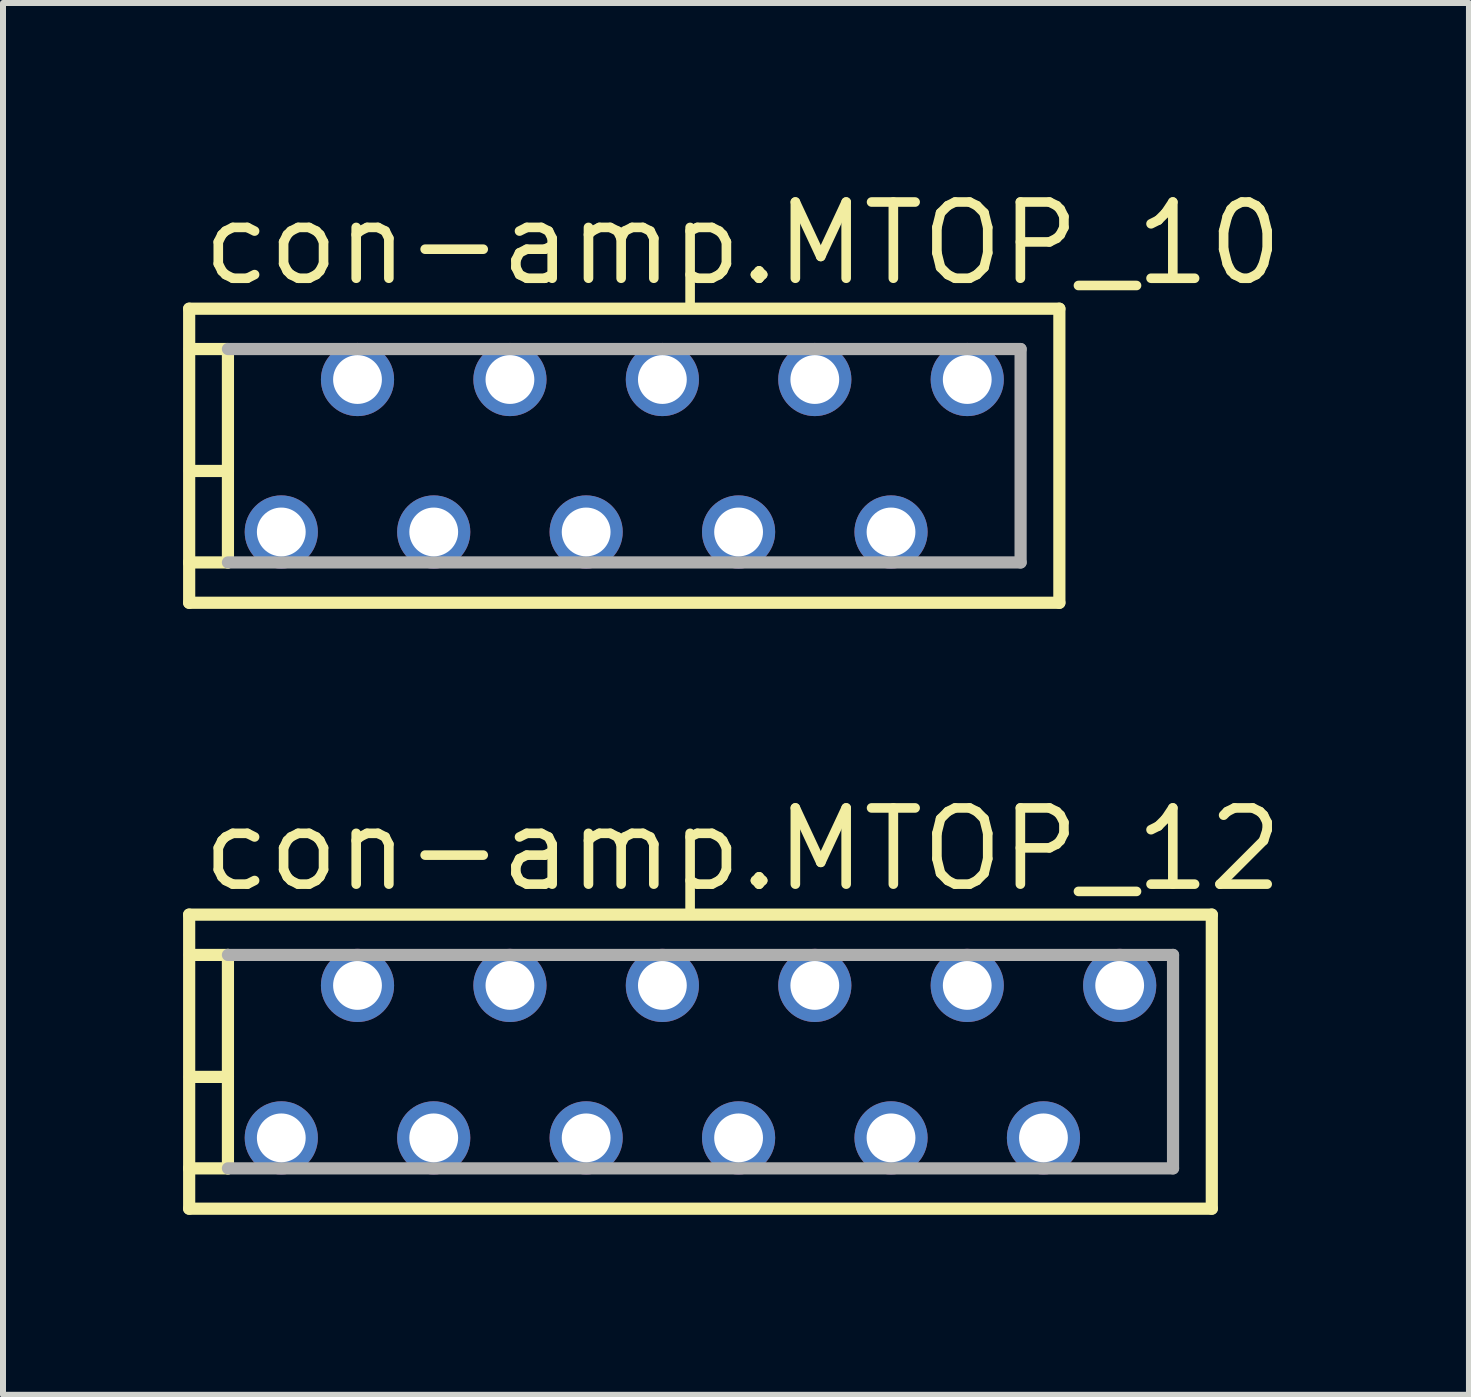
<source format=kicad_pcb>
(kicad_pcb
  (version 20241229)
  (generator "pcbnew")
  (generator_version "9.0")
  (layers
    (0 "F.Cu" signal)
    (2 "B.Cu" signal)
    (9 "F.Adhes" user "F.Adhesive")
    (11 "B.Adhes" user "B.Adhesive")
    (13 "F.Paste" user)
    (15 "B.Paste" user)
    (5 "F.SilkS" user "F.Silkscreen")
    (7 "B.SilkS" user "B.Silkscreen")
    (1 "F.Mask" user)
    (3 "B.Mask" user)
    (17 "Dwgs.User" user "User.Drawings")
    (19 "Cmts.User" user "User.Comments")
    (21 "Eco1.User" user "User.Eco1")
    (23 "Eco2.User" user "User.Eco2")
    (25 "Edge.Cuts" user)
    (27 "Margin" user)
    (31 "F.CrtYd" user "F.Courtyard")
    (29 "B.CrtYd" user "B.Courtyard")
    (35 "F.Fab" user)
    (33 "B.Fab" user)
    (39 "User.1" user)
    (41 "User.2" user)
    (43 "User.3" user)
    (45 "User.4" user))
  (footprint "con-amp.MTOP_12"
    (layer "F.Cu")
    (at 8.622 14.64)
    (property "Reference" "con-amp.MTOP_12" (at -8.382 -2.794 0) (layer "F.SilkS") (effects (font (size 1.27 1.27) (thickness 0.16)) (justify left bottom)))
    (attr through_hole)
    (fp_line (start -8.52 -2.45) (end -8.52 1.778) (stroke (width 0.203) (type default)) (layer "F.SilkS"))
    (fp_line (start -8.52 1.778) (end -8.52 2.45) (stroke (width 0.203) (type default)) (layer "F.SilkS"))
    (fp_line (start -8.52 2.45) (end 8.52 2.45) (stroke (width 0.203) (type default)) (layer "F.SilkS"))
    (fp_line (start -8.509 -1.778) (end -7.874 -1.778) (stroke (width 0.203) (type default)) (layer "F.SilkS"))
    (fp_line (start -8.509 0.254) (end -7.874 0.254) (stroke (width 0.203) (type default)) (layer "F.SilkS"))
    (fp_line (start -7.874 -1.778) (end -7.874 0.254) (stroke (width 0.203) (type default)) (layer "F.SilkS"))
    (fp_line (start -7.874 0.254) (end -7.874 1.778) (stroke (width 0.203) (type default)) (layer "F.SilkS"))
    (fp_line (start -7.874 1.778) (end -8.52 1.778) (stroke (width 0.203) (type default)) (layer "F.SilkS"))
    (fp_line (start 8.52 -2.45) (end -8.52 -2.45) (stroke (width 0.203) (type default)) (layer "F.SilkS"))
    (fp_line (start 8.52 2.45) (end 8.52 -2.45) (stroke (width 0.203) (type default)) (layer "F.SilkS"))
    (fp_line (start -7.874 -1.778) (end 7.874 -1.778) (stroke (width 0.203) (type default)) (layer "F.Fab"))
    (fp_line (start 7.874 -1.778) (end 7.874 1.778) (stroke (width 0.203) (type default)) (layer "F.Fab"))
    (fp_line (start 7.874 1.778) (end -7.874 1.778) (stroke (width 0.203) (type default)) (layer "F.Fab"))
    (pad "1" thru_hole circle (at 6.985 -1.27) (size 1.219 1.219) (drill 0.813) (layers "*.Cu" "*.Mask"))
    (pad "2" thru_hole circle (at 5.715 1.27) (size 1.219 1.219) (drill 0.813) (layers "*.Cu" "*.Mask"))
    (pad "3" thru_hole circle (at 4.445 -1.27) (size 1.219 1.219) (drill 0.813) (layers "*.Cu" "*.Mask"))
    (pad "4" thru_hole circle (at 3.175 1.27) (size 1.219 1.219) (drill 0.813) (layers "*.Cu" "*.Mask"))
    (pad "5" thru_hole circle (at 1.905 -1.27) (size 1.219 1.219) (drill 0.813) (layers "*.Cu" "*.Mask"))
    (pad "6" thru_hole circle (at 0.635 1.27) (size 1.219 1.219) (drill 0.813) (layers "*.Cu" "*.Mask"))
    (pad "7" thru_hole circle (at -0.635 -1.27) (size 1.219 1.219) (drill 0.813) (layers "*.Cu" "*.Mask"))
    (pad "8" thru_hole circle (at -1.905 1.27) (size 1.219 1.219) (drill 0.813) (layers "*.Cu" "*.Mask"))
    (pad "9" thru_hole circle (at -3.175 -1.27) (size 1.219 1.219) (drill 0.813) (layers "*.Cu" "*.Mask"))
    (pad "10" thru_hole circle (at -4.445 1.27) (size 1.219 1.219) (drill 0.813) (layers "*.Cu" "*.Mask"))
    (pad "11" thru_hole circle (at -5.715 -1.27) (size 1.219 1.219) (drill 0.813) (layers "*.Cu" "*.Mask"))
    (pad "12" thru_hole circle (at -6.985 1.27) (size 1.219 1.219) (drill 0.813) (layers "*.Cu" "*.Mask")))
  (footprint "con-amp.MTOP_10"
    (layer "F.Cu")
    (at 7.352 4.544)
    (property "Reference" "con-amp.MTOP_10" (at -7.112 -2.794 0) (layer "F.SilkS") (effects (font (size 1.27 1.27) (thickness 0.16)) (justify left bottom)))
    (attr through_hole)
    (fp_line (start -7.25 -2.45) (end -7.25 1.778) (stroke (width 0.203) (type default)) (layer "F.SilkS"))
    (fp_line (start -7.25 1.778) (end -7.25 2.45) (stroke (width 0.203) (type default)) (layer "F.SilkS"))
    (fp_line (start -7.25 2.45) (end 7.25 2.45) (stroke (width 0.203) (type default)) (layer "F.SilkS"))
    (fp_line (start -7.239 -1.778) (end -6.604 -1.778) (stroke (width 0.203) (type default)) (layer "F.SilkS"))
    (fp_line (start -7.239 0.254) (end -6.604 0.254) (stroke (width 0.203) (type default)) (layer "F.SilkS"))
    (fp_line (start -6.604 -1.778) (end -6.604 0.254) (stroke (width 0.203) (type default)) (layer "F.SilkS"))
    (fp_line (start -6.604 0.254) (end -6.604 1.778) (stroke (width 0.203) (type default)) (layer "F.SilkS"))
    (fp_line (start -6.604 1.778) (end -7.25 1.778) (stroke (width 0.203) (type default)) (layer "F.SilkS"))
    (fp_line (start 7.25 -2.45) (end -7.25 -2.45) (stroke (width 0.203) (type default)) (layer "F.SilkS"))
    (fp_line (start 7.25 2.45) (end 7.25 -2.45) (stroke (width 0.203) (type default)) (layer "F.SilkS"))
    (fp_line (start -6.604 -1.778) (end 6.604 -1.778) (stroke (width 0.203) (type default)) (layer "F.Fab"))
    (fp_line (start 6.604 -1.778) (end 6.604 1.778) (stroke (width 0.203) (type default)) (layer "F.Fab"))
    (fp_line (start 6.604 1.778) (end -6.604 1.778) (stroke (width 0.203) (type default)) (layer "F.Fab"))
    (pad "1" thru_hole circle (at 5.715 -1.27) (size 1.219 1.219) (drill 0.813) (layers "*.Cu" "*.Mask"))
    (pad "2" thru_hole circle (at 4.445 1.27) (size 1.219 1.219) (drill 0.813) (layers "*.Cu" "*.Mask"))
    (pad "3" thru_hole circle (at 3.175 -1.27) (size 1.219 1.219) (drill 0.813) (layers "*.Cu" "*.Mask"))
    (pad "4" thru_hole circle (at 1.905 1.27) (size 1.219 1.219) (drill 0.813) (layers "*.Cu" "*.Mask"))
    (pad "5" thru_hole circle (at 0.635 -1.27) (size 1.219 1.219) (drill 0.813) (layers "*.Cu" "*.Mask"))
    (pad "6" thru_hole circle (at -0.635 1.27) (size 1.219 1.219) (drill 0.813) (layers "*.Cu" "*.Mask"))
    (pad "7" thru_hole circle (at -1.905 -1.27) (size 1.219 1.219) (drill 0.813) (layers "*.Cu" "*.Mask"))
    (pad "8" thru_hole circle (at -3.175 1.27) (size 1.219 1.219) (drill 0.813) (layers "*.Cu" "*.Mask"))
    (pad "9" thru_hole circle (at -4.445 -1.27) (size 1.219 1.219) (drill 0.813) (layers "*.Cu" "*.Mask"))
    (pad "10" thru_hole circle (at -5.715 1.27) (size 1.219 1.219) (drill 0.813) (layers "*.Cu" "*.Mask")))
  (gr_rect
    (start -3 -3)
    (end 21.427 20.191)
    (stroke (width 0.1) (type default))
    (fill no)
    (layer "Edge.Cuts")))
</source>
